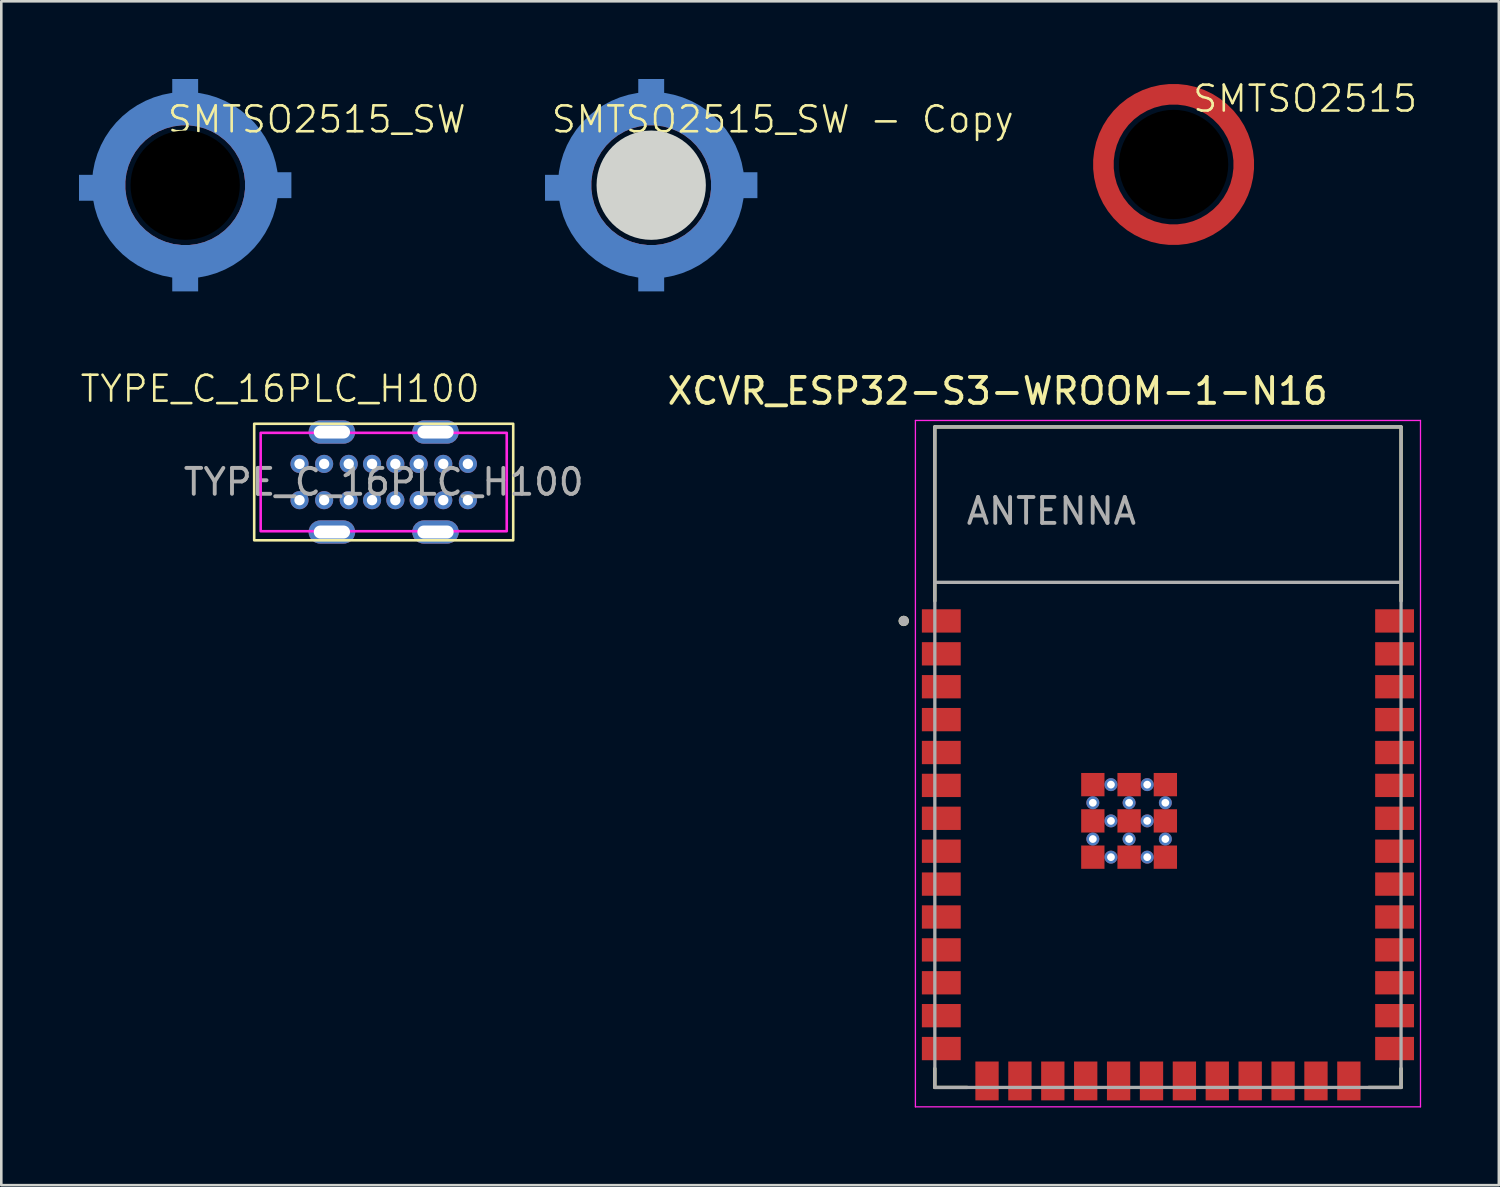
<source format=kicad_pcb>
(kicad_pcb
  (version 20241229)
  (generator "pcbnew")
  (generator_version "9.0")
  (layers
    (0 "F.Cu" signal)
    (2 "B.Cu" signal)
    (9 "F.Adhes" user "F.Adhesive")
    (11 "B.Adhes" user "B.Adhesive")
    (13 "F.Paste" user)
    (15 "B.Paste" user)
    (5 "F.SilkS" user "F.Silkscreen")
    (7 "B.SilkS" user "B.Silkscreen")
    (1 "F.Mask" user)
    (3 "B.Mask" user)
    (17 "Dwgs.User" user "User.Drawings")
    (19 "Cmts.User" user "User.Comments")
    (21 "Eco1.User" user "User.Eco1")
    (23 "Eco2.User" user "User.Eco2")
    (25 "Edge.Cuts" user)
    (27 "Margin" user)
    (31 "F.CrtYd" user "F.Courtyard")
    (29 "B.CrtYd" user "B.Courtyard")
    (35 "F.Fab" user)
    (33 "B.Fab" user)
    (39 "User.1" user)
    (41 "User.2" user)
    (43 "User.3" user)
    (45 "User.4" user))
  (footprint "XCVR_ESP32-S3-WROOM-1-N16"
    (layer "F.Cu")
    (at 42.042 26.183)
    (property "Reference" "XCVR_ESP32-S3-WROOM-1-N16" (at -6.575 -14.135 0) (layer "F.SilkS") (effects (font (size 1 1) (thickness 0.15))))
    (attr smd)
    (fp_line (start -9 -12.75) (end 9 -12.75) (stroke (width 0.127) (type solid)) (layer "F.SilkS"))
    (fp_line (start -9 -6.03) (end -9 -12.75) (stroke (width 0.127) (type solid)) (layer "F.SilkS"))
    (fp_line (start -9 12.02) (end -9 12.75) (stroke (width 0.127) (type solid)) (layer "F.SilkS"))
    (fp_line (start -9 12.75) (end -7.755 12.75) (stroke (width 0.127) (type solid)) (layer "F.SilkS"))
    (fp_line (start 9 -12.75) (end 9 -6.03) (stroke (width 0.127) (type solid)) (layer "F.SilkS"))
    (fp_line (start 9 12.02) (end 9 12.75) (stroke (width 0.127) (type solid)) (layer "F.SilkS"))
    (fp_line (start 9 12.75) (end 7.755 12.75) (stroke (width 0.127) (type solid)) (layer "F.SilkS"))
    (fp_circle (center -10.2 -5.26) (end -10.1 -5.26) (stroke (width 0.2) (type solid)) (fill no) (layer "F.SilkS"))
    (fp_line (start -9.75 -13) (end 9.75 -13) (stroke (width 0.05) (type solid)) (layer "F.CrtYd"))
    (fp_line (start -9.75 13.5) (end -9.75 -13) (stroke (width 0.05) (type solid)) (layer "F.CrtYd"))
    (fp_line (start -9.75 13.5) (end 9.75 13.5) (stroke (width 0.05) (type solid)) (layer "F.CrtYd"))
    (fp_line (start 9.75 -13) (end 9.75 13.5) (stroke (width 0.05) (type solid)) (layer "F.CrtYd"))
    (fp_line (start -9 -12.75) (end 9 -12.75) (stroke (width 0.127) (type solid)) (layer "F.Fab"))
    (fp_line (start -9 -6.75) (end -9 -12.75) (stroke (width 0.127) (type solid)) (layer "F.Fab"))
    (fp_line (start -9 -6.75) (end 9 -6.75) (stroke (width 0.127) (type solid)) (layer "F.Fab"))
    (fp_line (start -9 12.75) (end -9 -6.75) (stroke (width 0.127) (type solid)) (layer "F.Fab"))
    (fp_line (start 9 -12.75) (end 9 -6.75) (stroke (width 0.127) (type solid)) (layer "F.Fab"))
    (fp_line (start 9 -6.75) (end 9 12.75) (stroke (width 0.127) (type solid)) (layer "F.Fab"))
    (fp_line (start 9 12.75) (end -9 12.75) (stroke (width 0.127) (type solid)) (layer "F.Fab"))
    (fp_circle (center -10.2 -5.26) (end -10.1 -5.26) (stroke (width 0.2) (type solid)) (fill no) (layer "F.Fab"))
    (fp_text user "ANTENNA" (at -4.5 -9.5 0) (layer "F.Fab") (effects (font (size 1 1) (thickness 0.15))))
    (pad "1" smd rect (at -8.75 -5.26) (size 1.5 0.9) (layers "F.Cu" "F.Mask" "F.Paste"))
    (pad "2" smd rect (at -8.75 -3.99) (size 1.5 0.9) (layers "F.Cu" "F.Mask" "F.Paste"))
    (pad "3" smd rect (at -8.75 -2.72) (size 1.5 0.9) (layers "F.Cu" "F.Mask" "F.Paste"))
    (pad "4" smd rect (at -8.75 -1.45) (size 1.5 0.9) (layers "F.Cu" "F.Mask" "F.Paste"))
    (pad "5" smd rect (at -8.75 -0.18) (size 1.5 0.9) (layers "F.Cu" "F.Mask" "F.Paste"))
    (pad "6" smd rect (at -8.75 1.09) (size 1.5 0.9) (layers "F.Cu" "F.Mask" "F.Paste"))
    (pad "7" smd rect (at -8.75 2.36) (size 1.5 0.9) (layers "F.Cu" "F.Mask" "F.Paste"))
    (pad "8" smd rect (at -8.75 3.63) (size 1.5 0.9) (layers "F.Cu" "F.Mask" "F.Paste"))
    (pad "9" smd rect (at -8.75 4.9) (size 1.5 0.9) (layers "F.Cu" "F.Mask" "F.Paste"))
    (pad "10" smd rect (at -8.75 6.17) (size 1.5 0.9) (layers "F.Cu" "F.Mask" "F.Paste"))
    (pad "11" smd rect (at -8.75 7.44) (size 1.5 0.9) (layers "F.Cu" "F.Mask" "F.Paste"))
    (pad "12" smd rect (at -8.75 8.71) (size 1.5 0.9) (layers "F.Cu" "F.Mask" "F.Paste"))
    (pad "13" smd rect (at -8.75 9.98) (size 1.5 0.9) (layers "F.Cu" "F.Mask" "F.Paste"))
    (pad "14" smd rect (at -8.75 11.25) (size 1.5 0.9) (layers "F.Cu" "F.Mask" "F.Paste"))
    (pad "15" smd rect (at -6.985 12.5) (size 0.9 1.5) (layers "F.Cu" "F.Mask" "F.Paste"))
    (pad "16" smd rect (at -5.715 12.5) (size 0.9 1.5) (layers "F.Cu" "F.Mask" "F.Paste"))
    (pad "17" smd rect (at -4.445 12.5) (size 0.9 1.5) (layers "F.Cu" "F.Mask" "F.Paste"))
    (pad "18" smd rect (at -3.175 12.5) (size 0.9 1.5) (layers "F.Cu" "F.Mask" "F.Paste"))
    (pad "19" smd rect (at -1.905 12.5) (size 0.9 1.5) (layers "F.Cu" "F.Mask" "F.Paste"))
    (pad "20" smd rect (at -0.635 12.5) (size 0.9 1.5) (layers "F.Cu" "F.Mask" "F.Paste"))
    (pad "21" smd rect (at 0.635 12.5) (size 0.9 1.5) (layers "F.Cu" "F.Mask" "F.Paste"))
    (pad "22" smd rect (at 1.905 12.5) (size 0.9 1.5) (layers "F.Cu" "F.Mask" "F.Paste"))
    (pad "23" smd rect (at 3.175 12.5) (size 0.9 1.5) (layers "F.Cu" "F.Mask" "F.Paste"))
    (pad "24" smd rect (at 4.445 12.5) (size 0.9 1.5) (layers "F.Cu" "F.Mask" "F.Paste"))
    (pad "25" smd rect (at 5.715 12.5) (size 0.9 1.5) (layers "F.Cu" "F.Mask" "F.Paste"))
    (pad "26" smd rect (at 6.985 12.5) (size 0.9 1.5) (layers "F.Cu" "F.Mask" "F.Paste"))
    (pad "27" smd rect (at 8.75 11.25) (size 1.5 0.9) (layers "F.Cu" "F.Mask" "F.Paste"))
    (pad "28" smd rect (at 8.75 9.98) (size 1.5 0.9) (layers "F.Cu" "F.Mask" "F.Paste"))
    (pad "29" smd rect (at 8.75 8.71) (size 1.5 0.9) (layers "F.Cu" "F.Mask" "F.Paste"))
    (pad "30" smd rect (at 8.75 7.44) (size 1.5 0.9) (layers "F.Cu" "F.Mask" "F.Paste"))
    (pad "31" smd rect (at 8.75 6.17) (size 1.5 0.9) (layers "F.Cu" "F.Mask" "F.Paste"))
    (pad "32" smd rect (at 8.75 4.9) (size 1.5 0.9) (layers "F.Cu" "F.Mask" "F.Paste"))
    (pad "33" smd rect (at 8.75 3.63) (size 1.5 0.9) (layers "F.Cu" "F.Mask" "F.Paste"))
    (pad "34" smd rect (at 8.75 2.36) (size 1.5 0.9) (layers "F.Cu" "F.Mask" "F.Paste"))
    (pad "35" smd rect (at 8.75 1.09) (size 1.5 0.9) (layers "F.Cu" "F.Mask" "F.Paste"))
    (pad "36" smd rect (at 8.75 -0.18) (size 1.5 0.9) (layers "F.Cu" "F.Mask" "F.Paste"))
    (pad "37" smd rect (at 8.75 -1.45) (size 1.5 0.9) (layers "F.Cu" "F.Mask" "F.Paste"))
    (pad "38" smd rect (at 8.75 -2.72) (size 1.5 0.9) (layers "F.Cu" "F.Mask" "F.Paste"))
    (pad "39" smd rect (at 8.75 -3.99) (size 1.5 0.9) (layers "F.Cu" "F.Mask" "F.Paste"))
    (pad "40" smd rect (at 8.75 -5.26) (size 1.5 0.9) (layers "F.Cu" "F.Mask" "F.Paste"))
    (pad "41_1" smd rect (at -1.5 2.46) (size 0.9 0.9) (layers "F.Cu" "F.Mask" "F.Paste"))
    (pad "41_2" smd rect (at -2.9 2.46) (size 0.9 0.9) (layers "F.Cu" "F.Mask" "F.Paste"))
    (pad "41_3" smd rect (at -0.1 2.46) (size 0.9 0.9) (layers "F.Cu" "F.Mask" "F.Paste"))
    (pad "41_4" smd rect (at -2.9 3.86) (size 0.9 0.9) (layers "F.Cu" "F.Mask" "F.Paste"))
    (pad "41_5" smd rect (at -1.5 3.86) (size 0.9 0.9) (layers "F.Cu" "F.Mask" "F.Paste"))
    (pad "41_6" smd rect (at -0.1 3.86) (size 0.9 0.9) (layers "F.Cu" "F.Mask" "F.Paste"))
    (pad "41_7" smd rect (at -2.9 1.06) (size 0.9 0.9) (layers "F.Cu" "F.Mask" "F.Paste"))
    (pad "41_8" smd rect (at -1.5 1.06) (size 0.9 0.9) (layers "F.Cu" "F.Mask" "F.Paste"))
    (pad "41_9" smd rect (at -0.1 1.06) (size 0.9 0.9) (layers "F.Cu" "F.Mask" "F.Paste"))
    (pad "GND" thru_hole circle (at -2.9 1.76) (size 0.5 0.5) (drill 0.3) (layers "*.Cu"))
    (pad "GND" thru_hole circle (at -2.9 3.16) (size 0.5 0.5) (drill 0.3) (layers "*.Cu"))
    (pad "GND" thru_hole circle (at -2.2 1.06) (size 0.5 0.5) (drill 0.3) (layers "*.Cu"))
    (pad "GND" thru_hole circle (at -2.2 2.46) (size 0.5 0.5) (drill 0.3) (layers "*.Cu"))
    (pad "GND" thru_hole circle (at -2.2 3.86) (size 0.5 0.5) (drill 0.3) (layers "*.Cu"))
    (pad "GND" thru_hole circle (at -1.5 1.76) (size 0.5 0.5) (drill 0.3) (layers "*.Cu"))
    (pad "GND" thru_hole circle (at -1.5 3.16) (size 0.5 0.5) (drill 0.3) (layers "*.Cu"))
    (pad "GND" thru_hole circle (at -0.8 1.06) (size 0.5 0.5) (drill 0.3) (layers "*.Cu"))
    (pad "GND" thru_hole circle (at -0.8 2.46) (size 0.5 0.5) (drill 0.3) (layers "*.Cu"))
    (pad "GND" thru_hole circle (at -0.8 3.86) (size 0.5 0.5) (drill 0.3) (layers "*.Cu"))
    (pad "GND" thru_hole circle (at -0.1 1.76) (size 0.5 0.5) (drill 0.3) (layers "*.Cu"))
    (pad "GND" thru_hole circle (at -0.1 3.16) (size 0.5 0.5) (drill 0.3) (layers "*.Cu"))
    (zone (net_name "") (layer "F.Cu") (hatch full 0.508) (connect_pads) (min_thickness 0.01) (filled_areas_thickness no) (keepout (tracks not_allowed) (vias not_allowed) (pads not_allowed) (copperpour not_allowed) (footprints allowed)) (placement (enabled no)) (fill) (polygon (pts (xy 33.042 13.433) (xy 51.042 13.433) (xy 51.042 19.433) (xy 33.042 19.433))))
    (zone (net_name "") (layers "F.Cu" "B.Cu") (hatch full 0.508) (connect_pads) (min_thickness 0.01) (filled_areas_thickness no) (keepout (tracks allowed) (vias not_allowed) (pads allowed) (copperpour allowed) (footprints allowed)) (placement (enabled no)) (fill) (polygon (pts (xy 33.042 13.433) (xy 51.042 13.433) (xy 51.042 19.433) (xy 33.042 19.433))))
    (zone (net_name "") (layer "B.Cu") (hatch full 0.508) (connect_pads) (min_thickness 0.01) (filled_areas_thickness no) (keepout (tracks not_allowed) (vias not_allowed) (pads not_allowed) (copperpour not_allowed) (footprints allowed)) (placement (enabled no)) (fill) (polygon (pts (xy 33.042 13.433) (xy 51.042 13.433) (xy 51.042 19.433) (xy 33.042 19.433)))))
  (footprint "SMTSO2515_SW"
    (layer "F.Cu")
    (at 4.1 4.1)
    (property "Reference" "SMTSO2515_SW" (at 5.08 -2.54 0) (unlocked yes) (layer "F.SilkS") (effects (font (size 1 1) (thickness 0.1))))
    (attr smd)
    (fp_circle (center 0 0) (end 2.31 0) (stroke (width 0) (type solid)) (fill yes) (layer "B.Mask"))
    (fp_arc (start -2.341618 1.3375) (mid -2.7 0) (end -2.341618 -1.3375) (stroke (width 0.8) (type default)) (layer "F.Paste"))
    (fp_arc (start -1.337501 -2.341618) (mid -0.000001 -2.7) (end 1.337499 -2.341618) (stroke (width 0.8) (type default)) (layer "F.Paste"))
    (fp_arc (start 1.337499 2.341618) (mid -0.000001 2.7) (end -1.337501 2.341618) (stroke (width 0.8) (type default)) (layer "F.Paste"))
    (fp_arc (start 2.341618 -1.3375) (mid 2.7 0) (end 2.341618 1.3375) (stroke (width 0.8) (type default)) (layer "F.Paste"))
    (pad "" np_thru_hole circle (at 0 0) (size 6.2 6.2) (drill 4.22) (layers "F.Mask"))
    (pad "1" smd custom (at -2.675 0) (size 0.1 0.1) (layers "F.Cu" "F.Mask") (options (anchor rect)) (primitives (gr_circle (center 2.675 0) (end 5.385 0) (width 0.8) (fill no))))
    (pad "2" smd custom (at -3.8 0.1) (size 0.6 1) (layers "B.Cu") (options (anchor rect)) (primitives))
    (pad "2" smd custom (at -2.875 0) (size 0.1 0.1) (layers "B.Cu" "B.Mask") (options (anchor rect)) (primitives (gr_circle (center 2.875 0) (end 5.83 0) (width 1.29) (fill no))))
    (pad "2" smd custom (at 0 -3.8 90) (size 0.6 1) (layers "B.Cu") (options (anchor rect)) (primitives))
    (pad "2" smd custom (at 0 3.8 90) (size 0.6 1) (layers "B.Cu") (options (anchor rect)) (primitives))
    (pad "2" smd custom (at 3.8 0) (size 0.6 1) (layers "B.Cu") (options (anchor rect)) (primitives)))
  (footprint "TYPE_C_16PLC_H100"
    (layer "F.Cu")
    (at 11.764 15.56)
    (property "Reference" "TYPE_C_16PLC_H100" (at -4 -3.6 0) (unlocked yes) (layer "F.SilkS") (effects (font (size 1 1) (thickness 0.1))))
    (attr through_hole)
    (fp_rect (start -5 -2.25) (end 5 2.25) (stroke (width 0.1) (type default)) (fill no) (layer "F.SilkS"))
    (fp_rect (start -4.75 -1.9) (end 4.75 1.9) (stroke (width 0.1) (type default)) (fill no) (layer "F.CrtYd"))
    (fp_text user "${REFERENCE}" (at 0 0 0) (unlocked yes) (layer "F.Fab") (effects (font (size 1 1) (thickness 0.15))))
    (pad "1" thru_hole roundrect (at -2 -1.93) (size 1.8 0.9) (drill oval 1.4 0.5) (layers "*.Cu" "*.Mask") (roundrect_rratio 0.5))
    (pad "1" thru_hole roundrect (at -2 1.93) (size 1.8 0.9) (drill oval 1.4 0.5) (layers "*.Cu" "*.Mask") (roundrect_rratio 0.5))
    (pad "1" thru_hole roundrect (at 2 -1.93) (size 1.8 0.9) (drill oval 1.4 0.5) (layers "*.Cu" "*.Mask") (roundrect_rratio 0.5))
    (pad "1" thru_hole roundrect (at 2 1.93) (size 1.8 0.9) (drill oval 1.4 0.5) (layers "*.Cu" "*.Mask") (roundrect_rratio 0.5))
    (pad "A1" thru_hole circle (at -3.25 -0.7) (size 0.7 0.7) (drill 0.4) (layers "*.Cu" "*.Mask"))
    (pad "A4" thru_hole circle (at -2.3 -0.7) (size 0.7 0.7) (drill 0.4) (layers "*.Cu" "*.Mask"))
    (pad "A5" thru_hole circle (at -1.35 -0.7) (size 0.7 0.7) (drill 0.4) (layers "*.Cu" "*.Mask"))
    (pad "A6" thru_hole circle (at -0.45 -0.7) (size 0.7 0.7) (drill 0.4) (layers "*.Cu" "*.Mask"))
    (pad "A7" thru_hole circle (at 0.45 -0.7) (size 0.7 0.7) (drill 0.4) (layers "*.Cu" "*.Mask"))
    (pad "A8" thru_hole circle (at 1.35 -0.7) (size 0.7 0.7) (drill 0.4) (layers "*.Cu" "*.Mask"))
    (pad "A9" thru_hole circle (at 2.3 -0.7) (size 0.7 0.7) (drill 0.4) (layers "*.Cu" "*.Mask"))
    (pad "A12" thru_hole circle (at 3.25 -0.7) (size 0.7 0.7) (drill 0.4) (layers "*.Cu" "*.Mask"))
    (pad "B1" thru_hole circle (at 3.25 0.7) (size 0.7 0.7) (drill 0.4) (layers "*.Cu" "*.Mask"))
    (pad "B4" thru_hole circle (at 2.3 0.7) (size 0.7 0.7) (drill 0.4) (layers "*.Cu" "*.Mask"))
    (pad "B5" thru_hole circle (at 1.35 0.7) (size 0.7 0.7) (drill 0.4) (layers "*.Cu" "*.Mask"))
    (pad "B6" thru_hole circle (at 0.45 0.7) (size 0.7 0.7) (drill 0.4) (layers "*.Cu" "*.Mask"))
    (pad "B7" thru_hole circle (at -0.45 0.7) (size 0.7 0.7) (drill 0.4) (layers "*.Cu" "*.Mask"))
    (pad "B8" thru_hole circle (at -1.35 0.7) (size 0.7 0.7) (drill 0.4) (layers "*.Cu" "*.Mask"))
    (pad "B9" thru_hole circle (at -2.3 0.7) (size 0.7 0.7) (drill 0.4) (layers "*.Cu" "*.Mask"))
    (pad "B12" thru_hole circle (at -3.25 0.7) (size 0.7 0.7) (drill 0.4) (layers "*.Cu" "*.Mask")))
  (footprint "SMTSO2515"
    (layer "F.Cu")
    (at 42.26 3.3)
    (property "Reference" "SMTSO2515" (at 5.08 -2.54 0) (unlocked yes) (layer "F.SilkS") (effects (font (size 1 1) (thickness 0.1))))
    (attr smd)
    (fp_circle (center 0 0) (end 2.11 0) (stroke (width 0) (type solid)) (fill yes) (layer "B.Mask"))
    (fp_arc (start -2.341618 1.3375) (mid -2.7 0) (end -2.341618 -1.3375) (stroke (width 0.8) (type default)) (layer "F.Paste"))
    (fp_arc (start -1.337501 -2.341618) (mid -0.000001 -2.7) (end 1.337499 -2.341618) (stroke (width 0.8) (type default)) (layer "F.Paste"))
    (fp_arc (start 1.337499 2.341618) (mid -0.000001 2.7) (end -1.337501 2.341618) (stroke (width 0.8) (type default)) (layer "F.Paste"))
    (fp_arc (start 2.341618 -1.3375) (mid 2.7 0) (end 2.341618 1.3375) (stroke (width 0.8) (type default)) (layer "F.Paste"))
    (pad "" np_thru_hole circle (at 0 0) (size 6.2 6.2) (drill 4.22) (layers "F.Mask"))
    (pad "1" smd custom (at -2.675 0) (size 0.1 0.1) (layers "F.Cu" "F.Mask") (options (anchor rect)) (primitives (gr_circle (center 2.675 0) (end 5.385 0) (width 0.8) (fill no)))))
  (footprint "SMTSO2515_SW - Copy"
    (layer "F.Cu")
    (at 22.092 4.1)
    (property "Reference" "SMTSO2515_SW - Copy" (at 5.08 -2.54 0) (unlocked yes) (layer "F.SilkS") (effects (font (size 1 1) (thickness 0.1))))
    (attr smd)
    (fp_arc (start -2.341618 1.3375) (mid -2.7 0) (end -2.341618 -1.3375) (stroke (width 0.8) (type default)) (layer "F.Paste"))
    (fp_arc (start -1.337501 -2.341618) (mid -0.000001 -2.7) (end 1.337499 -2.341618) (stroke (width 0.8) (type default)) (layer "F.Paste"))
    (fp_arc (start 1.337499 2.341618) (mid -0.000001 2.7) (end -1.337501 2.341618) (stroke (width 0.8) (type default)) (layer "F.Paste"))
    (fp_arc (start 2.341618 -1.3375) (mid 2.7 0) (end 2.341618 1.3375) (stroke (width 0.8) (type default)) (layer "F.Paste"))
    (fp_circle (center 0 0) (end 2.11 0) (stroke (width 0) (type solid)) (fill yes) (layer "Edge.Cuts"))
    (pad "1" smd custom (at -2.675 0) (size 0.1 0.1) (layers "F.Cu" "F.Mask") (options (anchor rect)) (primitives (gr_circle (center 2.675 0) (end 5.385 0) (width 0.8) (fill no))))
    (pad "2" smd custom (at -3.8 0.1) (size 0.6 1) (layers "B.Cu") (options (anchor rect)) (primitives))
    (pad "2" smd custom (at -2.875 0) (size 0.1 0.1) (layers "B.Cu" "B.Mask") (options (anchor rect)) (primitives (gr_circle (center 2.875 0) (end 5.83 0) (width 1.29) (fill no))))
    (pad "2" smd custom (at 0 -3.8 90) (size 0.6 1) (layers "B.Cu") (options (anchor rect)) (primitives))
    (pad "2" smd custom (at 0 3.8 90) (size 0.6 1) (layers "B.Cu") (options (anchor rect)) (primitives))
    (pad "2" smd custom (at 3.8 0) (size 0.6 1) (layers "B.Cu") (options (anchor rect)) (primitives)))
  (gr_rect
    (start -3 -3)
    (end 54.817 42.708)
    (stroke (width 0.1) (type default))
    (fill no)
    (layer "Edge.Cuts")))
</source>
